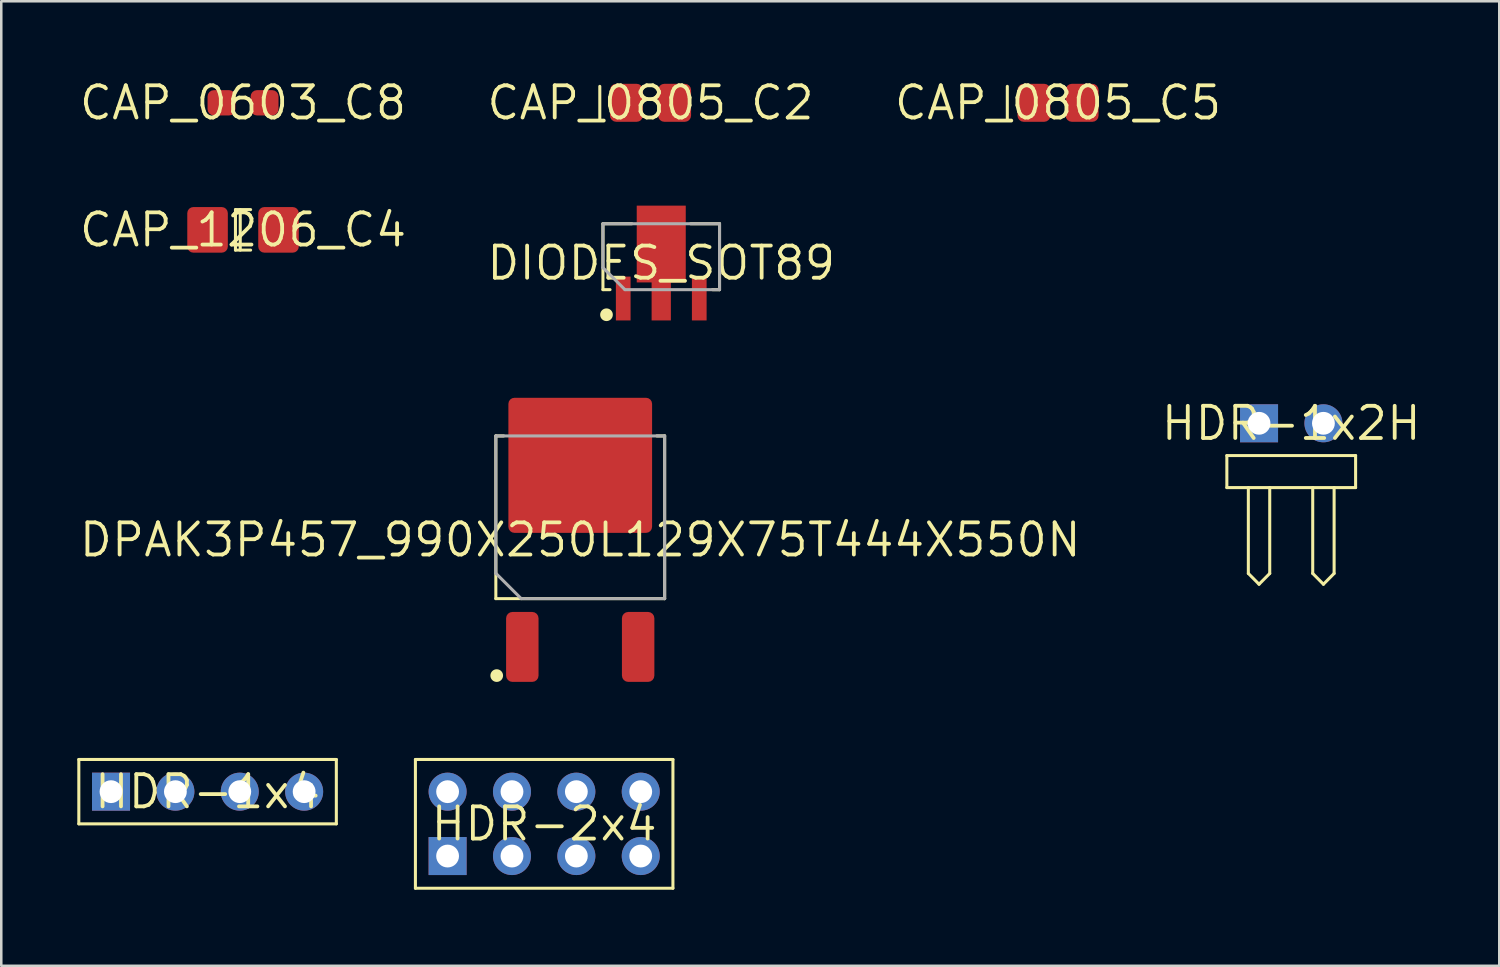
<source format=kicad_pcb>
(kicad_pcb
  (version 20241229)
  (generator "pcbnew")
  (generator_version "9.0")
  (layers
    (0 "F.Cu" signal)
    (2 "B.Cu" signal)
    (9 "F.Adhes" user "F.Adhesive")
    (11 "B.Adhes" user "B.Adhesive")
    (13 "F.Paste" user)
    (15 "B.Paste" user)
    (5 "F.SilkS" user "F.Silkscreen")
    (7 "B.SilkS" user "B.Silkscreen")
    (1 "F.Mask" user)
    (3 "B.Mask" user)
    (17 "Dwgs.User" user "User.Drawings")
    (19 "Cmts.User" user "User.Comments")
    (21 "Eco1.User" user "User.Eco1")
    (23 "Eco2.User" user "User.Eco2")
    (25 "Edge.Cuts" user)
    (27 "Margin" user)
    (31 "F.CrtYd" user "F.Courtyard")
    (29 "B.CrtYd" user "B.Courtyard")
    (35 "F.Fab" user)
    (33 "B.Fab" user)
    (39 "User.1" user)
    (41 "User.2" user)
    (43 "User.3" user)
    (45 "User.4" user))
  (footprint "DPAK3P457_990X250L129X75T444X550N"
    (layer "F.Cu")
    (at 19.843 18.249)
    (property "Reference" "DPAK3P457_990X250L129X75T444X550N" (at 0 0 0) (layer "F.SilkS") (effects (font (size 1.27 1.27) (thickness 0.15))))
    (fp_line (start -3.33 -4.1) (end -3.33 2.32) (stroke (width 0.12) (type solid)) (layer "F.SilkS"))
    (fp_line (start -3.33 2.32) (end 3.33 2.32) (stroke (width 0.12) (type solid)) (layer "F.SilkS"))
    (fp_line (start -3.02 -4.1) (end -3.33 -4.1) (stroke (width 0.12) (type solid)) (layer "F.SilkS"))
    (fp_line (start 3.33 -4.1) (end 3.02 -4.1) (stroke (width 0.12) (type solid)) (layer "F.SilkS"))
    (fp_line (start 3.33 2.32) (end 3.33 -4.1) (stroke (width 0.12) (type solid)) (layer "F.SilkS"))
    (fp_circle (center -3.295 5.356) (end -3.17 5.356) (stroke (width 0.25) (type solid)) (fill yes) (layer "F.SilkS"))
    (fp_line (start -3.33 -4.1) (end 3.33 -4.1) (stroke (width 0.12) (type solid)) (layer "F.Fab"))
    (fp_line (start -3.33 1.32) (end -3.33 -4.1) (stroke (width 0.12) (type solid)) (layer "F.Fab"))
    (fp_line (start -2.33 2.32) (end -3.33 1.32) (stroke (width 0.12) (type solid)) (layer "F.Fab"))
    (fp_line (start 3.33 -4.1) (end 3.33 2.32) (stroke (width 0.12) (type solid)) (layer "F.Fab"))
    (fp_line (start 3.33 2.32) (end -2.33 2.32) (stroke (width 0.12) (type solid)) (layer "F.Fab"))
    (pad "1" smd roundrect (at -2.285 4.225 90) (size 2.76 1.28) (layers "F.Cu" "F.Mask" "F.Paste") (roundrect_rratio 0.195))
    (pad "2" smd roundrect (at 2.285 4.225 90) (size 2.76 1.28) (layers "F.Cu" "F.Mask" "F.Paste") (roundrect_rratio 0.195))
    (pad "3" smd roundrect (at 0 -2.94 270) (size 5.33 5.67) (layers "F.Cu" "F.Mask" "F.Paste") (roundrect_rratio 0.045)))
  (footprint "CAP_0805_C2"
    (layer "F.Cu")
    (at 22.616 1.006)
    (property "Reference" "CAP_0805_C2" (at 0 0 0) (layer "F.SilkS") (effects (font (size 1.27 1.27) (thickness 0.15))))
    (fp_line (start -2.001 0.649) (end -2.001 -0.649) (stroke (width 0.12) (type solid)) (layer "F.SilkS"))
    (pad "1" smd roundrect (at -0.95 0 90) (size 1.5 1.3) (layers "F.Cu" "F.Mask" "F.Paste") (roundrect_rratio 0.19))
    (pad "2" smd roundrect (at 0.95 0 90) (size 1.5 1.3) (layers "F.Cu" "F.Mask" "F.Paste") (roundrect_rratio 0.19)))
  (footprint "HDR-1x4"
    (layer "F.Cu")
    (at 5.14 28.185)
    (property "Reference" "HDR-1x4" (at 0 0 0) (layer "F.SilkS") (effects (font (size 1.27 1.27) (thickness 0.15))))
    (fp_line (start -5.08 -1.27) (end 5.08 -1.27) (stroke (width 0.12) (type solid)) (layer "F.SilkS"))
    (fp_line (start -5.08 1.27) (end -5.08 -1.27) (stroke (width 0.12) (type solid)) (layer "F.SilkS"))
    (fp_line (start -5.08 1.27) (end 5.08 1.27) (stroke (width 0.12) (type solid)) (layer "F.SilkS"))
    (fp_line (start 5.08 1.27) (end 5.08 -1.27) (stroke (width 0.12) (type solid)) (layer "F.SilkS"))
    (pad "1" thru_hole rect (at -3.81 0) (size 1.5 1.5) (drill 0.9) (layers "*.Cu" "*.Mask"))
    (pad "2" thru_hole circle (at -1.27 0) (size 1.5 1.5) (drill 0.9) (layers "*.Cu" "*.Mask"))
    (pad "3" thru_hole circle (at 1.27 0) (size 1.5 1.5) (drill 0.9) (layers "*.Cu" "*.Mask"))
    (pad "4" thru_hole circle (at 3.81 0) (size 1.5 1.5) (drill 0.9) (layers "*.Cu" "*.Mask")))
  (footprint "HDR-1x2H"
    (layer "F.Cu")
    (at 47.895 13.651)
    (property "Reference" "HDR-1x2H" (at 0 0 0) (layer "F.SilkS") (effects (font (size 1.27 1.27) (thickness 0.15))))
    (fp_line (start -2.54 1.273) (end 2.54 1.273) (stroke (width 0.12) (type solid)) (layer "F.SilkS"))
    (fp_line (start -2.54 2.537) (end -2.54 1.273) (stroke (width 0.12) (type solid)) (layer "F.SilkS"))
    (fp_line (start -2.54 2.537) (end 2.54 2.537) (stroke (width 0.12) (type solid)) (layer "F.SilkS"))
    (fp_line (start -1.692 5.924) (end -1.692 2.537) (stroke (width 0.12) (type solid)) (layer "F.SilkS"))
    (fp_line (start -1.692 5.924) (end -1.27 6.35) (stroke (width 0.12) (type solid)) (layer "F.SilkS"))
    (fp_line (start -1.27 6.35) (end -0.848 5.924) (stroke (width 0.12) (type solid)) (layer "F.SilkS"))
    (fp_line (start -0.848 5.924) (end -0.848 2.537) (stroke (width 0.12) (type solid)) (layer "F.SilkS"))
    (fp_line (start 0.848 5.924) (end 0.848 2.537) (stroke (width 0.12) (type solid)) (layer "F.SilkS"))
    (fp_line (start 0.848 5.924) (end 1.27 6.35) (stroke (width 0.12) (type solid)) (layer "F.SilkS"))
    (fp_line (start 1.27 6.35) (end 1.692 5.924) (stroke (width 0.12) (type solid)) (layer "F.SilkS"))
    (fp_line (start 1.692 5.924) (end 1.692 2.537) (stroke (width 0.12) (type solid)) (layer "F.SilkS"))
    (fp_line (start 2.54 2.537) (end 2.54 1.273) (stroke (width 0.12) (type solid)) (layer "F.SilkS"))
    (pad "1" thru_hole rect (at -1.27 0) (size 1.5 1.5) (drill 0.9) (layers "*.Cu" "*.Mask"))
    (pad "2" thru_hole circle (at 1.27 0) (size 1.5 1.5) (drill 0.9) (layers "*.Cu" "*.Mask")))
  (footprint "HDR-2x4"
    (layer "F.Cu")
    (at 18.42 29.455)
    (property "Reference" "HDR-2x4" (at 0 0 0) (layer "F.SilkS") (effects (font (size 1.27 1.27) (thickness 0.15))))
    (fp_line (start -5.08 -2.54) (end 5.08 -2.54) (stroke (width 0.12) (type solid)) (layer "F.SilkS"))
    (fp_line (start -5.08 2.54) (end -5.08 -2.54) (stroke (width 0.12) (type solid)) (layer "F.SilkS"))
    (fp_line (start -5.08 2.54) (end 5.08 2.54) (stroke (width 0.12) (type solid)) (layer "F.SilkS"))
    (fp_line (start 5.08 2.54) (end 5.08 -2.54) (stroke (width 0.12) (type solid)) (layer "F.SilkS"))
    (pad "1" thru_hole rect (at -3.81 1.27) (size 1.5 1.5) (drill 0.9) (layers "*.Cu" "*.Mask"))
    (pad "2" thru_hole circle (at -3.81 -1.27) (size 1.5 1.5) (drill 0.9) (layers "*.Cu" "*.Mask"))
    (pad "3" thru_hole circle (at -1.27 1.27) (size 1.5 1.5) (drill 0.9) (layers "*.Cu" "*.Mask"))
    (pad "4" thru_hole circle (at -1.27 -1.27) (size 1.5 1.5) (drill 0.9) (layers "*.Cu" "*.Mask"))
    (pad "5" thru_hole circle (at 1.27 1.27) (size 1.5 1.5) (drill 0.9) (layers "*.Cu" "*.Mask"))
    (pad "6" thru_hole circle (at 1.27 -1.27) (size 1.5 1.5) (drill 0.9) (layers "*.Cu" "*.Mask"))
    (pad "7" thru_hole circle (at 3.81 1.27) (size 1.5 1.5) (drill 0.9) (layers "*.Cu" "*.Mask"))
    (pad "8" thru_hole circle (at 3.81 -1.27) (size 1.5 1.5) (drill 0.9) (layers "*.Cu" "*.Mask")))
  (footprint "CAP_1206_C4"
    (layer "F.Cu")
    (at 6.539 6.019)
    (property "Reference" "CAP_1206_C4" (at 0 0 0) (layer "F.SilkS") (effects (font (size 1.27 1.27) (thickness 0.15))))
    (fp_line (start -0.299 -0.799) (end 0.299 -0.799) (stroke (width 0.12) (type solid)) (layer "F.SilkS"))
    (fp_line (start -0.299 0.799) (end -0.299 -0.799) (stroke (width 0.12) (type solid)) (layer "F.SilkS"))
    (fp_line (start -0.299 0.799) (end 0.299 0.799) (stroke (width 0.12) (type solid)) (layer "F.SilkS"))
    (fp_line (start -0.11 0.799) (end -0.11 -0.799) (stroke (width 0.12) (type solid)) (layer "F.SilkS"))
    (pad "1" smd roundrect (at -1.4 0 90) (size 1.8 1.6) (layers "F.Cu" "F.Mask" "F.Paste") (roundrect_rratio 0.15))
    (pad "2" smd roundrect (at 1.4 0 90) (size 1.8 1.6) (layers "F.Cu" "F.Mask" "F.Paste") (roundrect_rratio 0.15)))
  (footprint "CAP_0805_C5"
    (layer "F.Cu")
    (at 38.694 1.006)
    (property "Reference" "CAP_0805_C5" (at 0 0 0) (layer "F.SilkS") (effects (font (size 1.27 1.27) (thickness 0.15))))
    (fp_line (start -2.001 0.649) (end -2.001 -0.649) (stroke (width 0.12) (type solid)) (layer "F.SilkS"))
    (pad "1" smd roundrect (at -0.95 0 90) (size 1.5 1.3) (layers "F.Cu" "F.Mask" "F.Paste") (roundrect_rratio 0.19))
    (pad "2" smd roundrect (at 0.95 0 90) (size 1.5 1.3) (layers "F.Cu" "F.Mask" "F.Paste") (roundrect_rratio 0.19)))
  (footprint "CAP_0603_C8"
    (layer "F.Cu")
    (at 6.539 1.006)
    (property "Reference" "CAP_0603_C8" (at 0 0 0) (layer "F.SilkS") (effects (font (size 1.27 1.27) (thickness 0.15))))
    (pad "1" smd roundrect (at -0.85 0 90) (size 1 1.1) (layers "F.Cu" "F.Mask" "F.Paste") (roundrect_rratio 0.25))
    (pad "2" smd roundrect (at 0.85 0 90) (size 1 1.1) (layers "F.Cu" "F.Mask" "F.Paste") (roundrect_rratio 0.25)))
  (footprint "DIODES_SOT89"
    (layer "F.Cu")
    (at 23.039 7.328)
    (property "Reference" "DIODES_SOT89" (at 0 0 0) (layer "F.SilkS") (effects (font (size 1.27 1.27) (thickness 0.15))))
    (fp_poly (pts (xy 0.967 0.765) (xy 0.38 0.765) (xy 0.38 2.265) (xy -0.38 2.265) (xy -0.38 0.765) (xy -0.967 0.765) (xy -0.967 -2.265) (xy 0.967 -2.265)) (stroke (width 0) (type default)) (fill yes) (layer "F.Cu"))
    (fp_poly (pts (xy 1.017 0.816) (xy 0.431 0.816) (xy 0.431 2.316) (xy -0.431 2.316) (xy -0.431 0.816) (xy -1.017 0.816) (xy -1.017 -2.316) (xy 1.017 -2.316)) (stroke (width 0) (type default)) (fill yes) (layer "F.Mask"))
    (fp_line (start -2.3 -1.55) (end -2.3 1.05) (stroke (width 0.12) (type solid)) (layer "F.SilkS"))
    (fp_line (start -2.3 1.05) (end -2.02 1.05) (stroke (width 0.12) (type solid)) (layer "F.SilkS"))
    (fp_line (start -1.16 -1.55) (end -2.3 -1.55) (stroke (width 0.12) (type solid)) (layer "F.SilkS"))
    (fp_line (start 1.16 -1.55) (end 2.3 -1.55) (stroke (width 0.12) (type solid)) (layer "F.SilkS"))
    (fp_line (start 2.3 -1.55) (end 2.3 1.05) (stroke (width 0.12) (type solid)) (layer "F.SilkS"))
    (fp_line (start 2.3 1.05) (end 2.02 1.05) (stroke (width 0.12) (type solid)) (layer "F.SilkS"))
    (fp_circle (center -2.16 2.04) (end -2.035 2.04) (stroke (width 0.25) (type solid)) (fill yes) (layer "F.SilkS"))
    (fp_poly (pts (xy 0.918 0.716) (xy 0.331 0.716) (xy 0.331 2.216) (xy -0.331 2.216) (xy -0.331 0.716) (xy -0.918 0.716) (xy -0.918 -2.216) (xy 0.918 -2.216)) (stroke (width 0) (type default)) (fill yes) (layer "F.Paste"))
    (fp_line (start -2.3 -1.55) (end 2.3 -1.55) (stroke (width 0.12) (type solid)) (layer "F.Fab"))
    (fp_line (start -2.3 0.183) (end -2.3 -1.55) (stroke (width 0.12) (type solid)) (layer "F.Fab"))
    (fp_line (start -1.433 1.05) (end -2.3 0.183) (stroke (width 0.12) (type solid)) (layer "F.Fab"))
    (fp_line (start 2.3 -1.55) (end 2.3 1.05) (stroke (width 0.12) (type solid)) (layer "F.Fab"))
    (fp_line (start 2.3 1.05) (end -1.433 1.05) (stroke (width 0.12) (type solid)) (layer "F.Fab"))
    (pad "1" smd rect (at -1.5 1.4) (size 0.58 1.73) (layers "F.Cu" "F.Mask" "F.Paste"))
    (pad "2" smd roundrect (at 0 0) (size 0.76 0.76) (layers "F.Cu") (roundrect_rratio 0.5))
    (pad "3" smd rect (at 1.5 1.4) (size 0.58 1.73) (layers "F.Cu" "F.Mask" "F.Paste")))
  (gr_rect
    (start -3 -3)
    (end 56.103 35.055)
    (stroke (width 0.1) (type default))
    (fill no)
    (layer "Edge.Cuts")))
</source>
